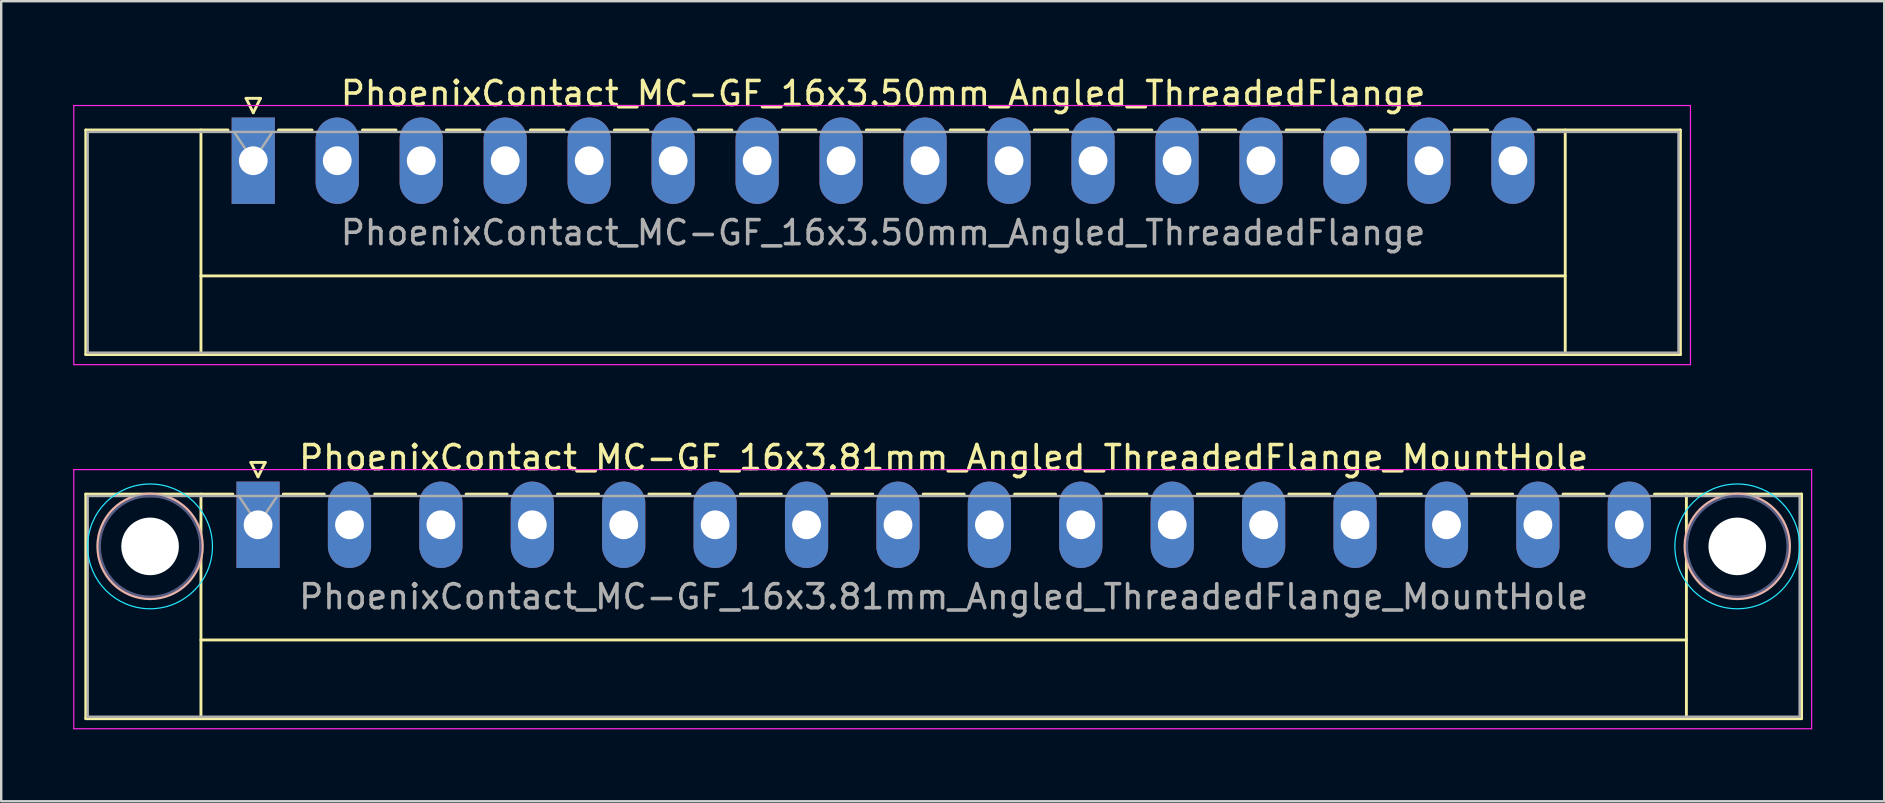
<source format=kicad_pcb>
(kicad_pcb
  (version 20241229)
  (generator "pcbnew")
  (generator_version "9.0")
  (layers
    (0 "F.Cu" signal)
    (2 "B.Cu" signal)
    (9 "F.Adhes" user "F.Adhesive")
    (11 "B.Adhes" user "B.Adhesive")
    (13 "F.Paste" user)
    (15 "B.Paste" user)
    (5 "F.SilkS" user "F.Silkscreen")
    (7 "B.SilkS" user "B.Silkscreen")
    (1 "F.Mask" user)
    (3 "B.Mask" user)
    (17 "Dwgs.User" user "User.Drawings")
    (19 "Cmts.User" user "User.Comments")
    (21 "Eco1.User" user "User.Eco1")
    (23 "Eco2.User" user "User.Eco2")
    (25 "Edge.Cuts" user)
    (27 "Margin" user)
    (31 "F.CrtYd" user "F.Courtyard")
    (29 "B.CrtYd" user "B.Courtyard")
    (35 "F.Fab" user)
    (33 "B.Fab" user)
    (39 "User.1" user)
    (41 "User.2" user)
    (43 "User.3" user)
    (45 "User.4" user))
  (footprint "PhoenixContact_MC-GF_16x3.50mm_Angled_ThreadedFlange"
    (layer "F.Cu")
    (at 7.505 3.648)
    (property "Reference" "PhoenixContact_MC-GF_16x3.50mm_Angled_ThreadedFlange" (at 26.25 -2.8 0) (layer "F.SilkS") (effects (font (size 1 1) (thickness 0.15))))
    (attr through_hole)
    (fp_line (start -6.98 -1.28) (end -6.98 8.08) (stroke (width 0.12) (type solid)) (layer "F.SilkS"))
    (fp_line (start -6.98 -1.28) (end -1.05 -1.28) (stroke (width 0.12) (type solid)) (layer "F.SilkS"))
    (fp_line (start -6.98 8.08) (end 59.48 8.08) (stroke (width 0.12) (type solid)) (layer "F.SilkS"))
    (fp_line (start -2.18 -1.28) (end -2.18 8.08) (stroke (width 0.12) (type solid)) (layer "F.SilkS"))
    (fp_line (start -2.18 4.8) (end 54.68 4.8) (stroke (width 0.12) (type solid)) (layer "F.SilkS"))
    (fp_line (start -0.3 -2.6) (end 0.3 -2.6) (stroke (width 0.12) (type solid)) (layer "F.SilkS"))
    (fp_line (start 0 -2) (end -0.3 -2.6) (stroke (width 0.12) (type solid)) (layer "F.SilkS"))
    (fp_line (start 0.3 -2.6) (end 0 -2) (stroke (width 0.12) (type solid)) (layer "F.SilkS"))
    (fp_line (start 1.05 -1.28) (end 2.45 -1.28) (stroke (width 0.12) (type solid)) (layer "F.SilkS"))
    (fp_line (start 4.55 -1.28) (end 5.95 -1.28) (stroke (width 0.12) (type solid)) (layer "F.SilkS"))
    (fp_line (start 8.05 -1.28) (end 9.45 -1.28) (stroke (width 0.12) (type solid)) (layer "F.SilkS"))
    (fp_line (start 11.55 -1.28) (end 12.95 -1.28) (stroke (width 0.12) (type solid)) (layer "F.SilkS"))
    (fp_line (start 15.05 -1.28) (end 16.45 -1.28) (stroke (width 0.12) (type solid)) (layer "F.SilkS"))
    (fp_line (start 18.55 -1.28) (end 19.95 -1.28) (stroke (width 0.12) (type solid)) (layer "F.SilkS"))
    (fp_line (start 22.05 -1.28) (end 23.45 -1.28) (stroke (width 0.12) (type solid)) (layer "F.SilkS"))
    (fp_line (start 25.55 -1.28) (end 26.95 -1.28) (stroke (width 0.12) (type solid)) (layer "F.SilkS"))
    (fp_line (start 29.05 -1.28) (end 30.45 -1.28) (stroke (width 0.12) (type solid)) (layer "F.SilkS"))
    (fp_line (start 32.55 -1.28) (end 33.95 -1.28) (stroke (width 0.12) (type solid)) (layer "F.SilkS"))
    (fp_line (start 36.05 -1.28) (end 37.45 -1.28) (stroke (width 0.12) (type solid)) (layer "F.SilkS"))
    (fp_line (start 39.55 -1.28) (end 40.95 -1.28) (stroke (width 0.12) (type solid)) (layer "F.SilkS"))
    (fp_line (start 43.05 -1.28) (end 44.45 -1.28) (stroke (width 0.12) (type solid)) (layer "F.SilkS"))
    (fp_line (start 46.55 -1.28) (end 47.95 -1.28) (stroke (width 0.12) (type solid)) (layer "F.SilkS"))
    (fp_line (start 50.05 -1.28) (end 51.45 -1.28) (stroke (width 0.12) (type solid)) (layer "F.SilkS"))
    (fp_line (start 54.68 -1.28) (end 54.68 8.08) (stroke (width 0.12) (type solid)) (layer "F.SilkS"))
    (fp_line (start 59.48 -1.28) (end 53.55 -1.28) (stroke (width 0.12) (type solid)) (layer "F.SilkS"))
    (fp_line (start 59.48 8.08) (end 59.48 -1.28) (stroke (width 0.12) (type solid)) (layer "F.SilkS"))
    (fp_line (start -7.48 -2.3) (end -7.48 8.5) (stroke (width 0.05) (type solid)) (layer "F.CrtYd"))
    (fp_line (start -7.48 8.5) (end 59.9 8.5) (stroke (width 0.05) (type solid)) (layer "F.CrtYd"))
    (fp_line (start 59.9 -2.3) (end -7.48 -2.3) (stroke (width 0.05) (type solid)) (layer "F.CrtYd"))
    (fp_line (start 59.9 8.5) (end 59.9 -2.3) (stroke (width 0.05) (type solid)) (layer "F.CrtYd"))
    (fp_line (start -6.9 -1.2) (end -6.9 8) (stroke (width 0.1) (type solid)) (layer "F.Fab"))
    (fp_line (start -6.9 8) (end 59.4 8) (stroke (width 0.1) (type solid)) (layer "F.Fab"))
    (fp_line (start 0 0) (end -0.8 -1.2) (stroke (width 0.1) (type solid)) (layer "F.Fab"))
    (fp_line (start 0.8 -1.2) (end 0 0) (stroke (width 0.1) (type solid)) (layer "F.Fab"))
    (fp_line (start 59.4 -1.2) (end -6.9 -1.2) (stroke (width 0.1) (type solid)) (layer "F.Fab"))
    (fp_line (start 59.4 8) (end 59.4 -1.2) (stroke (width 0.1) (type solid)) (layer "F.Fab"))
    (fp_text user "${REFERENCE}" (at 26.25 3 0) (layer "F.Fab") (effects (font (size 1 1) (thickness 0.15))))
    (pad "1" thru_hole rect (at 0 0) (size 1.8 3.6) (drill 1.2) (layers "*.Cu" "*.Mask"))
    (pad "2" thru_hole oval (at 3.5 0) (size 1.8 3.6) (drill 1.2) (layers "*.Cu" "*.Mask"))
    (pad "3" thru_hole oval (at 7 0) (size 1.8 3.6) (drill 1.2) (layers "*.Cu" "*.Mask"))
    (pad "4" thru_hole oval (at 10.5 0) (size 1.8 3.6) (drill 1.2) (layers "*.Cu" "*.Mask"))
    (pad "5" thru_hole oval (at 14 0) (size 1.8 3.6) (drill 1.2) (layers "*.Cu" "*.Mask"))
    (pad "6" thru_hole oval (at 17.5 0) (size 1.8 3.6) (drill 1.2) (layers "*.Cu" "*.Mask"))
    (pad "7" thru_hole oval (at 21 0) (size 1.8 3.6) (drill 1.2) (layers "*.Cu" "*.Mask"))
    (pad "8" thru_hole oval (at 24.5 0) (size 1.8 3.6) (drill 1.2) (layers "*.Cu" "*.Mask"))
    (pad "9" thru_hole oval (at 28 0) (size 1.8 3.6) (drill 1.2) (layers "*.Cu" "*.Mask"))
    (pad "10" thru_hole oval (at 31.5 0) (size 1.8 3.6) (drill 1.2) (layers "*.Cu" "*.Mask"))
    (pad "11" thru_hole oval (at 35 0) (size 1.8 3.6) (drill 1.2) (layers "*.Cu" "*.Mask"))
    (pad "12" thru_hole oval (at 38.5 0) (size 1.8 3.6) (drill 1.2) (layers "*.Cu" "*.Mask"))
    (pad "13" thru_hole oval (at 42 0) (size 1.8 3.6) (drill 1.2) (layers "*.Cu" "*.Mask"))
    (pad "14" thru_hole oval (at 45.5 0) (size 1.8 3.6) (drill 1.2) (layers "*.Cu" "*.Mask"))
    (pad "15" thru_hole oval (at 49 0) (size 1.8 3.6) (drill 1.2) (layers "*.Cu" "*.Mask"))
    (pad "16" thru_hole oval (at 52.5 0) (size 1.8 3.6) (drill 1.2) (layers "*.Cu" "*.Mask")))
  (footprint "PhoenixContact_MC-GF_16x3.81mm_Angled_ThreadedFlange_MountHole"
    (layer "F.Cu")
    (at 7.705 18.822)
    (property "Reference" "PhoenixContact_MC-GF_16x3.81mm_Angled_ThreadedFlange_MountHole" (at 28.575 -2.8 0) (layer "F.SilkS") (effects (font (size 1 1) (thickness 0.15))))
    (attr through_hole)
    (fp_line (start -7.18 -1.28) (end -7.18 8.08) (stroke (width 0.12) (type solid)) (layer "F.SilkS"))
    (fp_line (start -7.18 -1.28) (end -1.05 -1.28) (stroke (width 0.12) (type solid)) (layer "F.SilkS"))
    (fp_line (start -7.18 8.08) (end 64.33 8.08) (stroke (width 0.12) (type solid)) (layer "F.SilkS"))
    (fp_line (start -2.38 -1.28) (end -2.38 8.08) (stroke (width 0.12) (type solid)) (layer "F.SilkS"))
    (fp_line (start -2.38 4.8) (end 59.53 4.8) (stroke (width 0.12) (type solid)) (layer "F.SilkS"))
    (fp_line (start -0.3 -2.6) (end 0.3 -2.6) (stroke (width 0.12) (type solid)) (layer "F.SilkS"))
    (fp_line (start 0 -2) (end -0.3 -2.6) (stroke (width 0.12) (type solid)) (layer "F.SilkS"))
    (fp_line (start 0.3 -2.6) (end 0 -2) (stroke (width 0.12) (type solid)) (layer "F.SilkS"))
    (fp_line (start 1.05 -1.28) (end 2.76 -1.28) (stroke (width 0.12) (type solid)) (layer "F.SilkS"))
    (fp_line (start 4.86 -1.28) (end 6.57 -1.28) (stroke (width 0.12) (type solid)) (layer "F.SilkS"))
    (fp_line (start 8.67 -1.28) (end 10.38 -1.28) (stroke (width 0.12) (type solid)) (layer "F.SilkS"))
    (fp_line (start 12.48 -1.28) (end 14.19 -1.28) (stroke (width 0.12) (type solid)) (layer "F.SilkS"))
    (fp_line (start 16.29 -1.28) (end 18 -1.28) (stroke (width 0.12) (type solid)) (layer "F.SilkS"))
    (fp_line (start 20.1 -1.28) (end 21.81 -1.28) (stroke (width 0.12) (type solid)) (layer "F.SilkS"))
    (fp_line (start 23.91 -1.28) (end 25.62 -1.28) (stroke (width 0.12) (type solid)) (layer "F.SilkS"))
    (fp_line (start 27.72 -1.28) (end 29.43 -1.28) (stroke (width 0.12) (type solid)) (layer "F.SilkS"))
    (fp_line (start 31.53 -1.28) (end 33.24 -1.28) (stroke (width 0.12) (type solid)) (layer "F.SilkS"))
    (fp_line (start 35.34 -1.28) (end 37.05 -1.28) (stroke (width 0.12) (type solid)) (layer "F.SilkS"))
    (fp_line (start 39.15 -1.28) (end 40.86 -1.28) (stroke (width 0.12) (type solid)) (layer "F.SilkS"))
    (fp_line (start 42.96 -1.28) (end 44.67 -1.28) (stroke (width 0.12) (type solid)) (layer "F.SilkS"))
    (fp_line (start 46.77 -1.28) (end 48.48 -1.28) (stroke (width 0.12) (type solid)) (layer "F.SilkS"))
    (fp_line (start 50.58 -1.28) (end 52.29 -1.28) (stroke (width 0.12) (type solid)) (layer "F.SilkS"))
    (fp_line (start 54.39 -1.28) (end 56.1 -1.28) (stroke (width 0.12) (type solid)) (layer "F.SilkS"))
    (fp_line (start 59.53 -1.28) (end 59.53 8.08) (stroke (width 0.12) (type solid)) (layer "F.SilkS"))
    (fp_line (start 64.33 -1.28) (end 58.2 -1.28) (stroke (width 0.12) (type solid)) (layer "F.SilkS"))
    (fp_line (start 64.33 8.08) (end 64.33 -1.28) (stroke (width 0.12) (type solid)) (layer "F.SilkS"))
    (fp_circle (center -4.5 0.9) (end -2.32 0.9) (stroke (width 0.12) (type solid)) (fill no) (layer "B.SilkS"))
    (fp_circle (center 61.65 0.9) (end 63.83 0.9) (stroke (width 0.12) (type solid)) (fill no) (layer "B.SilkS"))
    (fp_circle (center -4.5 0.9) (end -1.9 0.9) (stroke (width 0.05) (type solid)) (fill no) (layer "B.CrtYd"))
    (fp_circle (center 61.65 0.9) (end 64.25 0.9) (stroke (width 0.05) (type solid)) (fill no) (layer "B.CrtYd"))
    (fp_line (start -7.68 -2.3) (end -7.68 8.5) (stroke (width 0.05) (type solid)) (layer "F.CrtYd"))
    (fp_line (start -7.68 8.5) (end 64.75 8.5) (stroke (width 0.05) (type solid)) (layer "F.CrtYd"))
    (fp_line (start 64.75 -2.3) (end -7.68 -2.3) (stroke (width 0.05) (type solid)) (layer "F.CrtYd"))
    (fp_line (start 64.75 8.5) (end 64.75 -2.3) (stroke (width 0.05) (type solid)) (layer "F.CrtYd"))
    (fp_circle (center -4.5 0.9) (end -2.4 0.9) (stroke (width 0.1) (type solid)) (fill no) (layer "B.Fab"))
    (fp_circle (center 61.65 0.9) (end 63.75 0.9) (stroke (width 0.1) (type solid)) (fill no) (layer "B.Fab"))
    (fp_line (start -7.1 -1.2) (end -7.1 8) (stroke (width 0.1) (type solid)) (layer "F.Fab"))
    (fp_line (start -7.1 8) (end 64.25 8) (stroke (width 0.1) (type solid)) (layer "F.Fab"))
    (fp_line (start 0 0) (end -0.8 -1.2) (stroke (width 0.1) (type solid)) (layer "F.Fab"))
    (fp_line (start 0.8 -1.2) (end 0 0) (stroke (width 0.1) (type solid)) (layer "F.Fab"))
    (fp_line (start 64.25 -1.2) (end -7.1 -1.2) (stroke (width 0.1) (type solid)) (layer "F.Fab"))
    (fp_line (start 64.25 8) (end 64.25 -1.2) (stroke (width 0.1) (type solid)) (layer "F.Fab"))
    (fp_text user "${REFERENCE}" (at 28.575 3 0) (layer "F.Fab") (effects (font (size 1 1) (thickness 0.15))))
    (pad "" np_thru_hole circle (at -4.5 0.9) (size 2.4 2.4) (drill 2.4) (layers "*.Cu" "*.Mask"))
    (pad "" np_thru_hole circle (at 61.65 0.9) (size 2.4 2.4) (drill 2.4) (layers "*.Cu" "*.Mask"))
    (pad "1" thru_hole rect (at 0 0) (size 1.8 3.6) (drill 1.2) (layers "*.Cu" "*.Mask"))
    (pad "2" thru_hole oval (at 3.81 0) (size 1.8 3.6) (drill 1.2) (layers "*.Cu" "*.Mask"))
    (pad "3" thru_hole oval (at 7.62 0) (size 1.8 3.6) (drill 1.2) (layers "*.Cu" "*.Mask"))
    (pad "4" thru_hole oval (at 11.43 0) (size 1.8 3.6) (drill 1.2) (layers "*.Cu" "*.Mask"))
    (pad "5" thru_hole oval (at 15.24 0) (size 1.8 3.6) (drill 1.2) (layers "*.Cu" "*.Mask"))
    (pad "6" thru_hole oval (at 19.05 0) (size 1.8 3.6) (drill 1.2) (layers "*.Cu" "*.Mask"))
    (pad "7" thru_hole oval (at 22.86 0) (size 1.8 3.6) (drill 1.2) (layers "*.Cu" "*.Mask"))
    (pad "8" thru_hole oval (at 26.67 0) (size 1.8 3.6) (drill 1.2) (layers "*.Cu" "*.Mask"))
    (pad "9" thru_hole oval (at 30.48 0) (size 1.8 3.6) (drill 1.2) (layers "*.Cu" "*.Mask"))
    (pad "10" thru_hole oval (at 34.29 0) (size 1.8 3.6) (drill 1.2) (layers "*.Cu" "*.Mask"))
    (pad "11" thru_hole oval (at 38.1 0) (size 1.8 3.6) (drill 1.2) (layers "*.Cu" "*.Mask"))
    (pad "12" thru_hole oval (at 41.91 0) (size 1.8 3.6) (drill 1.2) (layers "*.Cu" "*.Mask"))
    (pad "13" thru_hole oval (at 45.72 0) (size 1.8 3.6) (drill 1.2) (layers "*.Cu" "*.Mask"))
    (pad "14" thru_hole oval (at 49.53 0) (size 1.8 3.6) (drill 1.2) (layers "*.Cu" "*.Mask"))
    (pad "15" thru_hole oval (at 53.34 0) (size 1.8 3.6) (drill 1.2) (layers "*.Cu" "*.Mask"))
    (pad "16" thru_hole oval (at 57.15 0) (size 1.8 3.6) (drill 1.2) (layers "*.Cu" "*.Mask")))
  (gr_rect
    (start -3 -3)
    (end 75.48 30.346)
    (stroke (width 0.1) (type default))
    (fill no)
    (layer "Edge.Cuts")))
</source>
